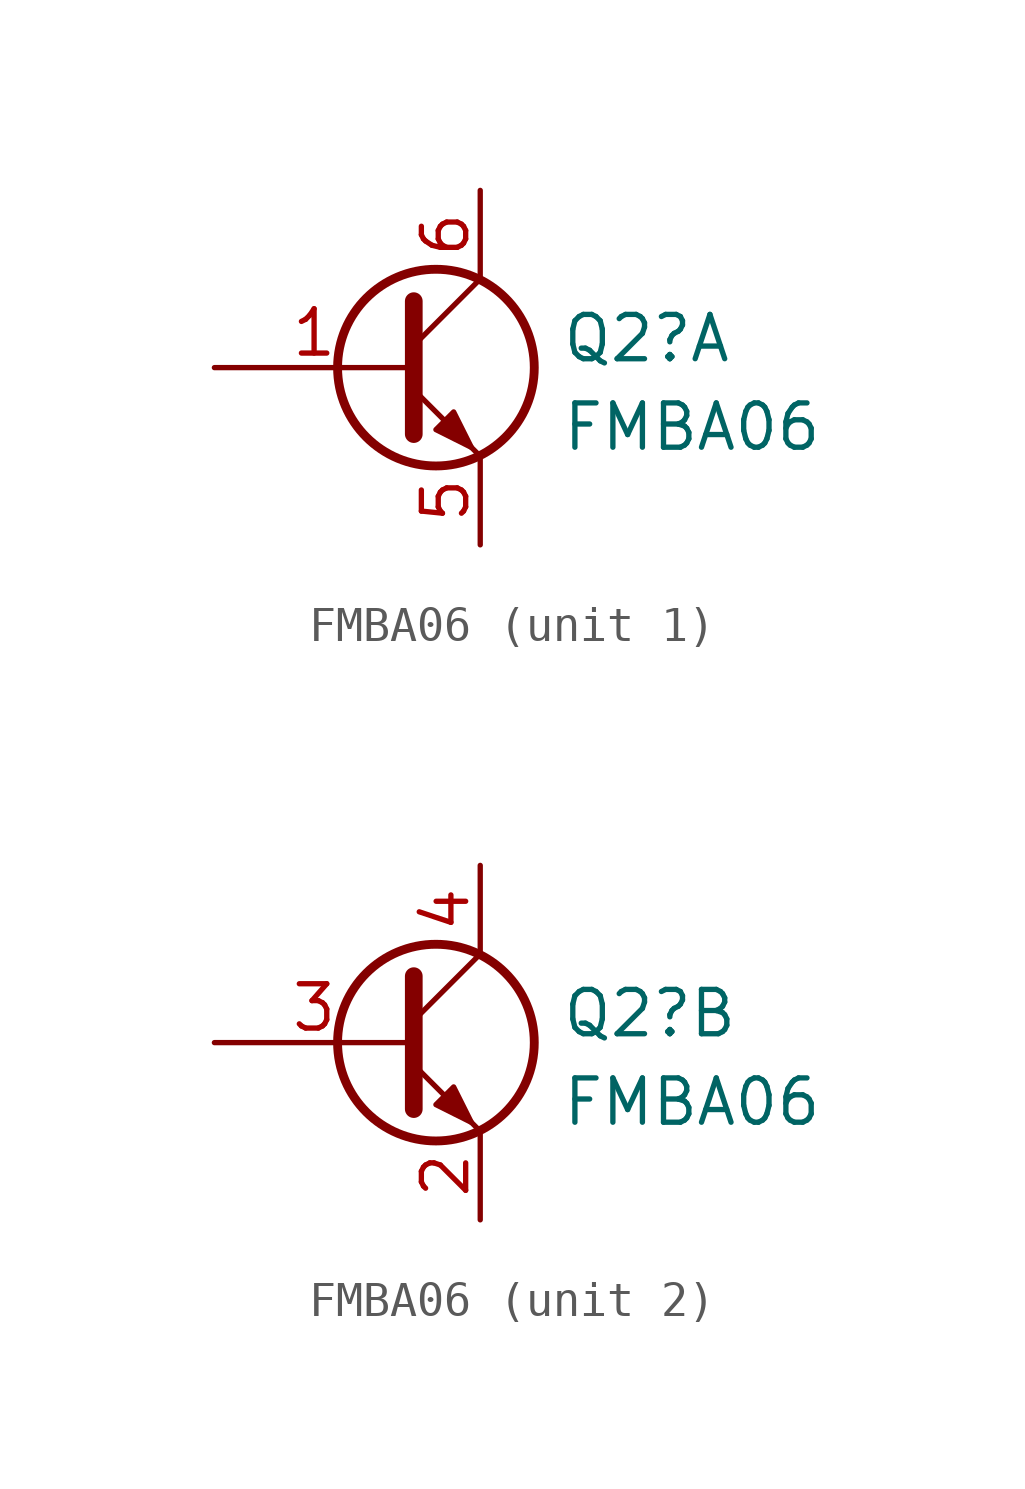
<source format=kicad_sym>
(kicad_symbol_lib
  (version 20211014)
  (generator kicad_symbol_editor)
  (symbol "FMBA06"
    (pin_names hide)
    (property "Reference" "Q2"
      (at 3.581 0.835 0)
      (effects (font (size 1.27 1.27)) (justify left)))
    (property "Value" "FMBA06"
      (at 3.581 -1.702 0)
      (effects (font (size 1.27 1.27)) (justify left)))
    (symbol "FMBA06_0_1"
      (polyline (pts (xy -0.635 0.635) (xy 1.27 2.54)) (stroke (width 0) (type default) (color 0 0 0 0)) (fill (type none)))
      (polyline (pts (xy -0.635 -0.635) (xy 1.27 -2.54) (xy 1.27 -2.54)) (stroke (width 0) (type default) (color 0 0 0 0)) (fill (type none)))
      (polyline (pts (xy -0.635 1.905) (xy -0.635 -1.905) (xy -0.635 -1.905)) (stroke (width 0.508) (type default) (color 0 0 0 0)) (fill (type none)))
      (polyline (pts (xy 0 -1.778) (xy 0.508 -1.27) (xy 1.016 -2.286) (xy 0 -1.778) (xy 0 -1.778)) (stroke (width 0) (type default) (color 0 0 0 0)) (fill (type outline)))
      (circle (center 0 0) (radius 2.819) (stroke (width 0.254) (type default) (color 0 0 0 0)) (fill (type none))))
    (symbol "FMBA06_1_1"
      (pin input line (at -6.35 0 0) (length 5.715) (name "B1" (effects (font (size 1.27 1.27)))) (number "1" (effects (font (size 1.27 1.27)))))
      (pin passive line (at 1.27 -5.08 90) (length 2.54) (name "E1" (effects (font (size 1.27 1.27)))) (number "5" (effects (font (size 1.27 1.27)))))
      (pin passive line (at 1.27 5.08 270) (length 2.54) (name "C1" (effects (font (size 1.27 1.27)))) (number "6" (effects (font (size 1.27 1.27))))))
    (symbol "FMBA06_2_1"
      (pin passive line (at 1.27 -5.08 90) (length 2.54) (name "E2" (effects (font (size 1.27 1.27)))) (number "2" (effects (font (size 1.27 1.27)))))
      (pin input line (at -6.35 0 0) (length 5.715) (name "B2" (effects (font (size 1.27 1.27)))) (number "3" (effects (font (size 1.27 1.27)))))
      (pin passive line (at 1.27 5.08 270) (length 2.54) (name "C2" (effects (font (size 1.27 1.27)))) (number "4" (effects (font (size 1.27 1.27))))))))
</source>
